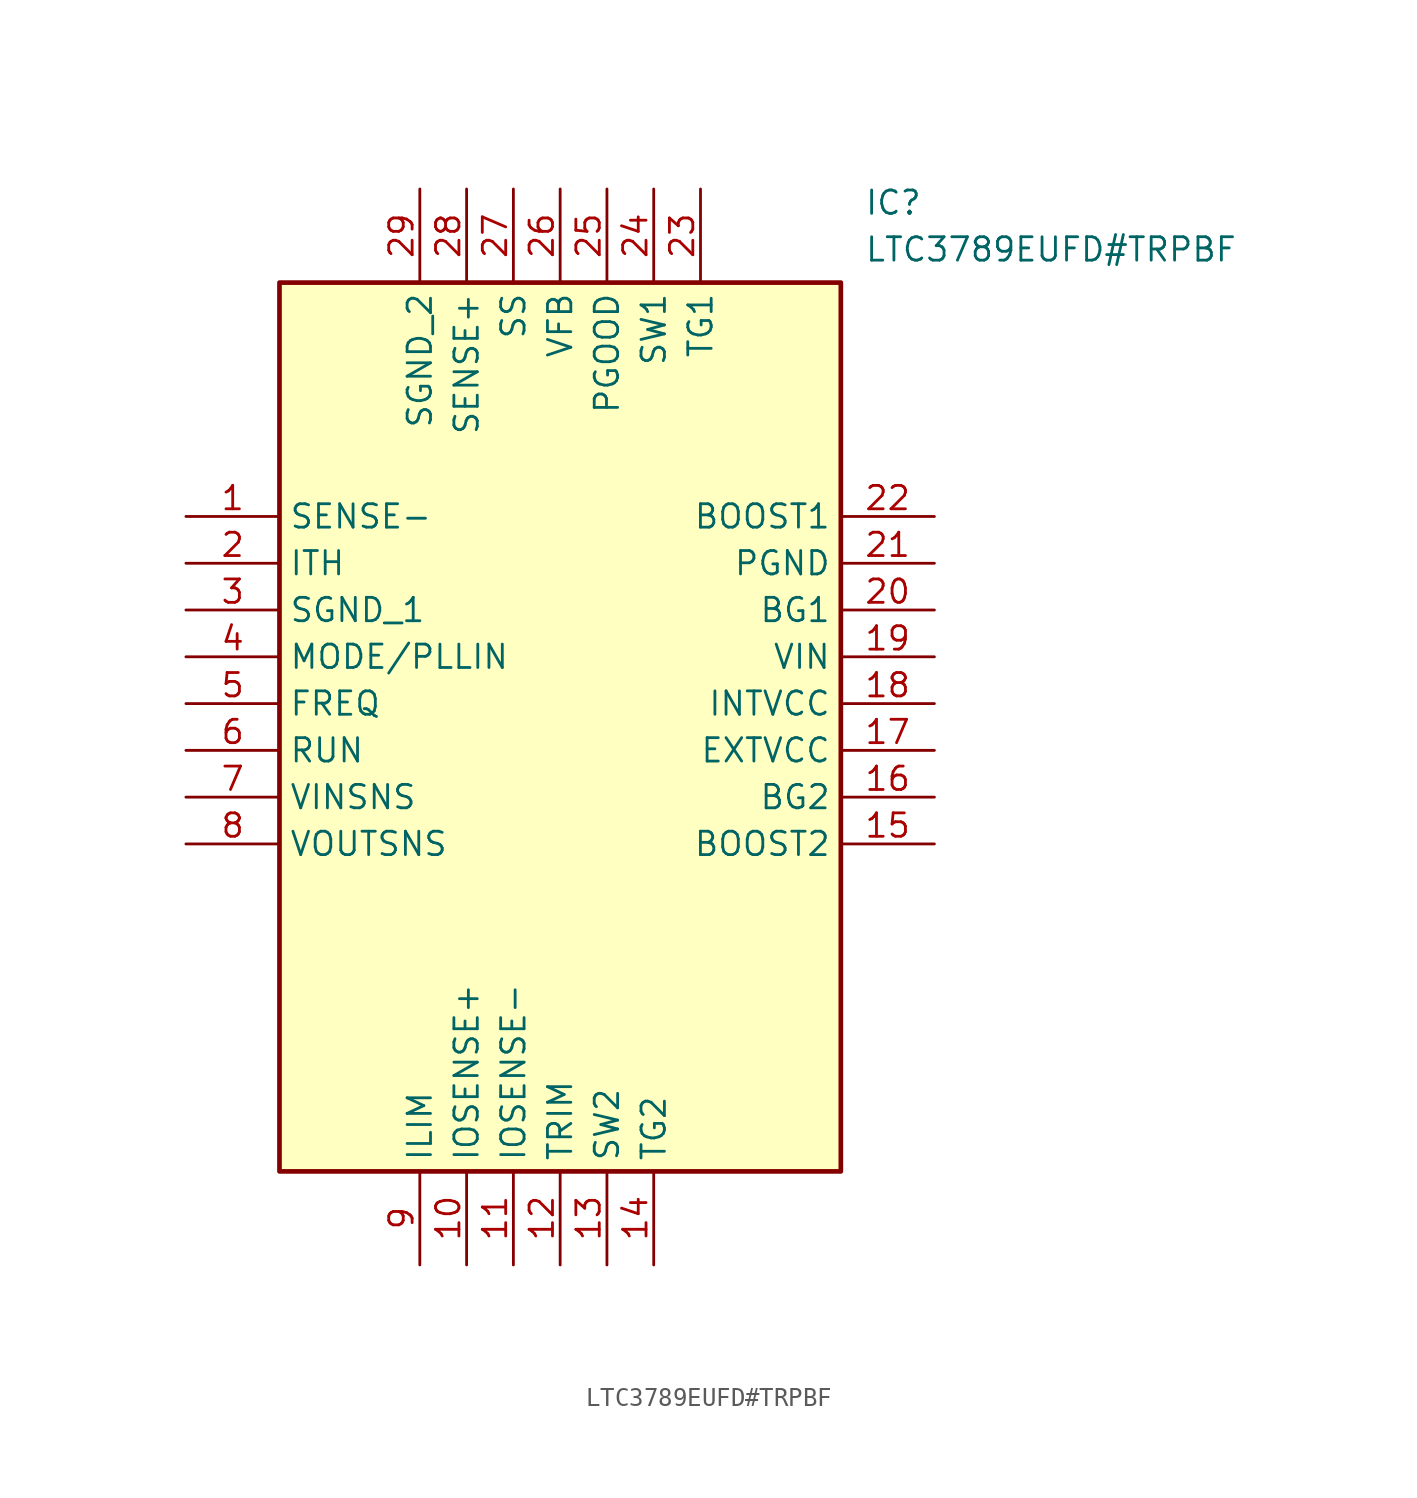
<source format=kicad_sym>
(kicad_symbol_lib
  (version 20211014)
  (generator SamacSys_ECAD_Model)
  (symbol "LTC3789EUFD#TRPBF"
    (property "Reference" "IC"
      (at 36.83 17.78 0)
      (effects (font (size 1.27 1.27)) (justify left top)))
    (property "Value" "LTC3789EUFD#TRPBF"
      (at 36.83 15.24 0)
      (effects (font (size 1.27 1.27)) (justify left top)))
    (rectangle
      (start 5.08 12.7)
      (end 35.56 -35.56)
      (stroke (width 0.254) (type default))
      (fill (type background)))
    (pin passive line
      (at 0 0 0)
      (length 5.08)
      (name "SENSE-" (effects (font (size 1.27 1.27))))
      (number "1" (effects (font (size 1.27 1.27)))))
    (pin passive line
      (at 0 -2.54 0)
      (length 5.08)
      (name "ITH" (effects (font (size 1.27 1.27))))
      (number "2" (effects (font (size 1.27 1.27)))))
    (pin passive line
      (at 0 -5.08 0)
      (length 5.08)
      (name "SGND_1" (effects (font (size 1.27 1.27))))
      (number "3" (effects (font (size 1.27 1.27)))))
    (pin passive line
      (at 0 -7.62 0)
      (length 5.08)
      (name "MODE/PLLIN" (effects (font (size 1.27 1.27))))
      (number "4" (effects (font (size 1.27 1.27)))))
    (pin passive line
      (at 0 -10.16 0)
      (length 5.08)
      (name "FREQ" (effects (font (size 1.27 1.27))))
      (number "5" (effects (font (size 1.27 1.27)))))
    (pin passive line
      (at 0 -12.7 0)
      (length 5.08)
      (name "RUN" (effects (font (size 1.27 1.27))))
      (number "6" (effects (font (size 1.27 1.27)))))
    (pin passive line
      (at 0 -15.24 0)
      (length 5.08)
      (name "VINSNS" (effects (font (size 1.27 1.27))))
      (number "7" (effects (font (size 1.27 1.27)))))
    (pin passive line
      (at 0 -17.78 0)
      (length 5.08)
      (name "VOUTSNS" (effects (font (size 1.27 1.27))))
      (number "8" (effects (font (size 1.27 1.27)))))
    (pin passive line
      (at 12.7 -40.64 90)
      (length 5.08)
      (name "ILIM" (effects (font (size 1.27 1.27))))
      (number "9" (effects (font (size 1.27 1.27)))))
    (pin passive line
      (at 15.24 -40.64 90)
      (length 5.08)
      (name "IOSENSE+" (effects (font (size 1.27 1.27))))
      (number "10" (effects (font (size 1.27 1.27)))))
    (pin passive line
      (at 17.78 -40.64 90)
      (length 5.08)
      (name "IOSENSE-" (effects (font (size 1.27 1.27))))
      (number "11" (effects (font (size 1.27 1.27)))))
    (pin passive line
      (at 20.32 -40.64 90)
      (length 5.08)
      (name "TRIM" (effects (font (size 1.27 1.27))))
      (number "12" (effects (font (size 1.27 1.27)))))
    (pin passive line
      (at 22.86 -40.64 90)
      (length 5.08)
      (name "SW2" (effects (font (size 1.27 1.27))))
      (number "13" (effects (font (size 1.27 1.27)))))
    (pin passive line
      (at 25.4 -40.64 90)
      (length 5.08)
      (name "TG2" (effects (font (size 1.27 1.27))))
      (number "14" (effects (font (size 1.27 1.27)))))
    (pin passive line
      (at 40.64 0 180)
      (length 5.08)
      (name "BOOST1" (effects (font (size 1.27 1.27))))
      (number "22" (effects (font (size 1.27 1.27)))))
    (pin passive line
      (at 40.64 -2.54 180)
      (length 5.08)
      (name "PGND" (effects (font (size 1.27 1.27))))
      (number "21" (effects (font (size 1.27 1.27)))))
    (pin passive line
      (at 40.64 -5.08 180)
      (length 5.08)
      (name "BG1" (effects (font (size 1.27 1.27))))
      (number "20" (effects (font (size 1.27 1.27)))))
    (pin passive line
      (at 40.64 -7.62 180)
      (length 5.08)
      (name "VIN" (effects (font (size 1.27 1.27))))
      (number "19" (effects (font (size 1.27 1.27)))))
    (pin passive line
      (at 40.64 -10.16 180)
      (length 5.08)
      (name "INTVCC" (effects (font (size 1.27 1.27))))
      (number "18" (effects (font (size 1.27 1.27)))))
    (pin passive line
      (at 40.64 -12.7 180)
      (length 5.08)
      (name "EXTVCC" (effects (font (size 1.27 1.27))))
      (number "17" (effects (font (size 1.27 1.27)))))
    (pin passive line
      (at 40.64 -15.24 180)
      (length 5.08)
      (name "BG2" (effects (font (size 1.27 1.27))))
      (number "16" (effects (font (size 1.27 1.27)))))
    (pin passive line
      (at 40.64 -17.78 180)
      (length 5.08)
      (name "BOOST2" (effects (font (size 1.27 1.27))))
      (number "15" (effects (font (size 1.27 1.27)))))
    (pin passive line
      (at 12.7 17.78 270)
      (length 5.08)
      (name "SGND_2" (effects (font (size 1.27 1.27))))
      (number "29" (effects (font (size 1.27 1.27)))))
    (pin passive line
      (at 15.24 17.78 270)
      (length 5.08)
      (name "SENSE+" (effects (font (size 1.27 1.27))))
      (number "28" (effects (font (size 1.27 1.27)))))
    (pin passive line
      (at 17.78 17.78 270)
      (length 5.08)
      (name "SS" (effects (font (size 1.27 1.27))))
      (number "27" (effects (font (size 1.27 1.27)))))
    (pin passive line
      (at 20.32 17.78 270)
      (length 5.08)
      (name "VFB" (effects (font (size 1.27 1.27))))
      (number "26" (effects (font (size 1.27 1.27)))))
    (pin passive line
      (at 22.86 17.78 270)
      (length 5.08)
      (name "PGOOD" (effects (font (size 1.27 1.27))))
      (number "25" (effects (font (size 1.27 1.27)))))
    (pin passive line
      (at 25.4 17.78 270)
      (length 5.08)
      (name "SW1" (effects (font (size 1.27 1.27))))
      (number "24" (effects (font (size 1.27 1.27)))))
    (pin passive line
      (at 27.94 17.78 270)
      (length 5.08)
      (name "TG1" (effects (font (size 1.27 1.27))))
      (number "23" (effects (font (size 1.27 1.27)))))))
</source>
